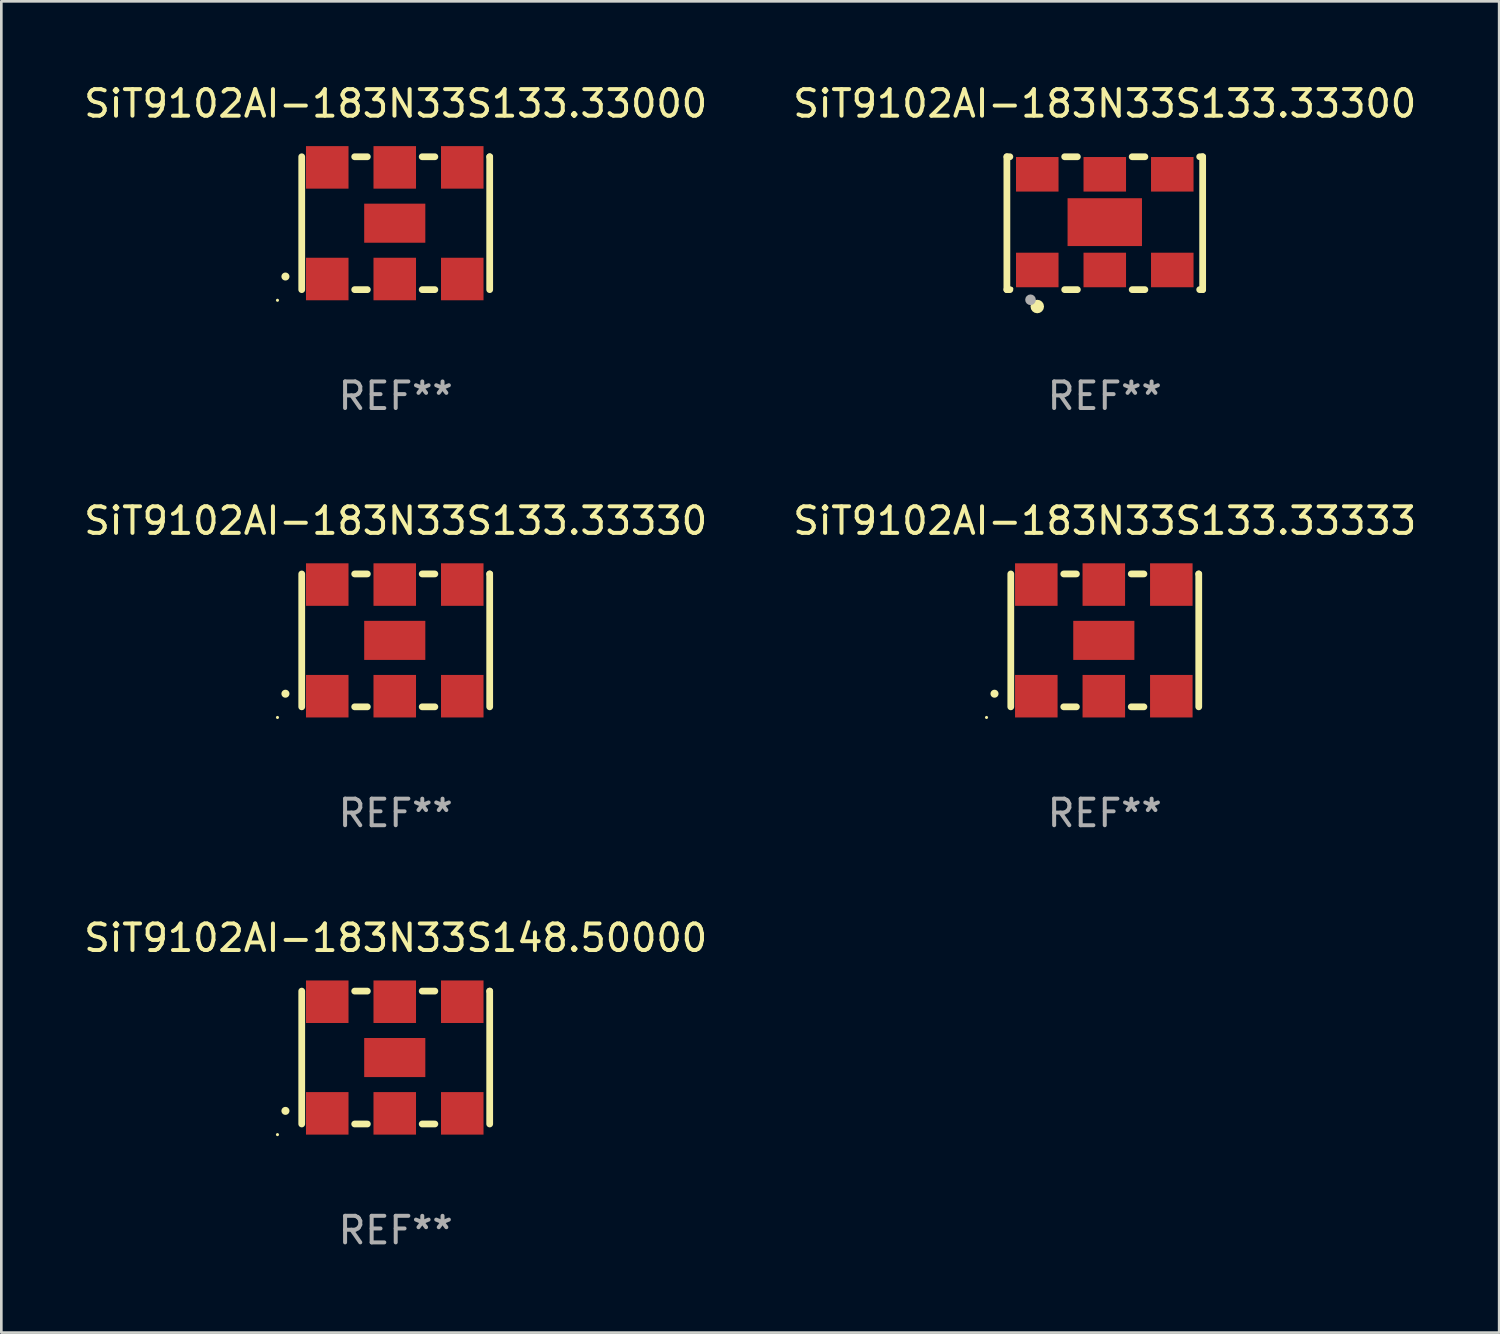
<source format=kicad_pcb>
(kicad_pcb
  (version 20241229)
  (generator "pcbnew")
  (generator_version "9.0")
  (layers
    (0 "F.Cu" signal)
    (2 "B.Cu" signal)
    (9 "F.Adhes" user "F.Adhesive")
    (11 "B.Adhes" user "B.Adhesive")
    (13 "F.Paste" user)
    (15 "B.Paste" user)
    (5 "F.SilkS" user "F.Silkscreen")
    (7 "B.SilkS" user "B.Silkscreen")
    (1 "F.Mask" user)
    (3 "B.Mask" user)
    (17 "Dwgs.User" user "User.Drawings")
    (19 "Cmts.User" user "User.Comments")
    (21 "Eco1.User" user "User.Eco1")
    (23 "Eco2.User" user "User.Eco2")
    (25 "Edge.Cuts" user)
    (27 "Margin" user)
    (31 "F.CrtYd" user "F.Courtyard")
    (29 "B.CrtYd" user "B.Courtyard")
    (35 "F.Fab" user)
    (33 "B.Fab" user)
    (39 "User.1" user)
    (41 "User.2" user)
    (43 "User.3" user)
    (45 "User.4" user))
  (footprint "SiT9102AI-183N33S148.50000"
    (layer "F.Cu")
    (at 11.839 36.741)
    (property "Reference" "SiT9102AI-183N33S148.50000" (at 0 -4.5 0) (layer "F.SilkS") (effects (font (size 1 1) (thickness 0.15))))
    (attr through_hole)
    (fp_line (start -3.536 -2.5) (end -3.536 2.5) (stroke (width 0.254) (type solid)) (layer "F.SilkS"))
    (fp_line (start -1.544 2.5) (end -1.067 2.5) (stroke (width 0.254) (type solid)) (layer "F.SilkS"))
    (fp_line (start -1.067 -2.5) (end -1.544 -2.5) (stroke (width 0.254) (type solid)) (layer "F.SilkS"))
    (fp_line (start 0.996 2.5) (end 1.473 2.5) (stroke (width 0.254) (type solid)) (layer "F.SilkS"))
    (fp_line (start 1.473 -2.5) (end 0.996 -2.5) (stroke (width 0.254) (type solid)) (layer "F.SilkS"))
    (fp_line (start 3.536 -2.5) (end 3.536 -2.5) (stroke (width 0.254) (type solid)) (layer "F.SilkS"))
    (fp_line (start 3.536 2.5) (end 3.536 -2.5) (stroke (width 0.254) (type solid)) (layer "F.SilkS"))
    (fp_arc (start -4.150432 2.006604) (mid -4.149162 2.006599) (end -4.147892 2.006604) (stroke (width 0.3) (type solid)) (layer "F.SilkS"))
    (fp_circle (center -4.449 2.9) (end -4.419 2.9) (stroke (width 0.06) (type solid)) (fill no) (layer "F.SilkS"))
    (fp_text user "REF**" (at 0 6.5 0) (layer "F.Fab") (effects (font (size 1 1) (thickness 0.15))))
    (pad "1" smd rect (at -2.576 2.1) (size 1.6 1.6) (layers "F.Cu" "F.Mask" "F.Paste"))
    (pad "2" smd rect (at -0.036 2.1) (size 1.6 1.6) (layers "F.Cu" "F.Mask" "F.Paste"))
    (pad "3" smd rect (at 2.504 2.1) (size 1.6 1.6) (layers "F.Cu" "F.Mask" "F.Paste"))
    (pad "4" smd rect (at 2.504 -2.1) (size 1.6 1.6) (layers "F.Cu" "F.Mask" "F.Paste"))
    (pad "5" smd rect (at -0.036 -2.1) (size 1.6 1.6) (layers "F.Cu" "F.Mask" "F.Paste"))
    (pad "6" smd rect (at -2.576 -2.1) (size 1.6 1.6) (layers "F.Cu" "F.Mask" "F.Paste"))
    (pad "7" smd rect (at -0.036 0) (size 2.3 1.47) (layers "F.Cu" "F.Mask" "F.Paste")))
  (footprint "SiT9102AI-183N33S133.33300"
    (layer "F.Cu")
    (at 38.518 5.348)
    (property "Reference" "SiT9102AI-183N33S133.33300" (at 0 -4.5 0) (layer "F.SilkS") (effects (font (size 1 1) (thickness 0.15))))
    (attr through_hole)
    (fp_line (start -3.683 -2.5) (end -3.571 -2.5) (stroke (width 0.254) (type solid)) (layer "F.SilkS"))
    (fp_line (start -3.683 2.5) (end -3.683 -2.5) (stroke (width 0.254) (type solid)) (layer "F.SilkS"))
    (fp_line (start -3.683 2.5) (end -3.571 2.5) (stroke (width 0.254) (type solid)) (layer "F.SilkS"))
    (fp_line (start -1.509 -2.5) (end -1.031 -2.5) (stroke (width 0.254) (type solid)) (layer "F.SilkS"))
    (fp_line (start -1.509 2.5) (end -1.031 2.5) (stroke (width 0.254) (type solid)) (layer "F.SilkS"))
    (fp_line (start 1.031 -2.5) (end 1.509 -2.5) (stroke (width 0.254) (type solid)) (layer "F.SilkS"))
    (fp_line (start 1.031 2.5) (end 1.509 2.5) (stroke (width 0.254) (type solid)) (layer "F.SilkS"))
    (fp_line (start 3.571 -2.5) (end 3.683 -2.5) (stroke (width 0.254) (type solid)) (layer "F.SilkS"))
    (fp_line (start 3.571 2.5) (end 3.683 2.5) (stroke (width 0.254) (type solid)) (layer "F.SilkS"))
    (fp_line (start 3.683 2.5) (end 3.683 -2.5) (stroke (width 0.254) (type solid)) (layer "F.SilkS"))
    (fp_circle (center -3.5 2.46) (end -3.47 2.46) (stroke (width 0.06) (type solid)) (fill no) (layer "F.SilkS"))
    (fp_circle (center -2.54 3.135) (end -2.413 3.135) (stroke (width 0.254) (type solid)) (fill no) (layer "F.SilkS"))
    (fp_circle (center -2.794 2.881) (end -2.694 2.881) (stroke (width 0.2) (type solid)) (fill no) (layer "F.Fab"))
    (fp_text user "REF**" (at 0 6.5 0) (layer "F.Fab") (effects (font (size 1 1) (thickness 0.15))))
    (pad "1" smd rect (at -2.54 1.76) (size 1.6 1.3) (layers "F.Cu" "F.Mask" "F.Paste"))
    (pad "2" smd rect (at 0 1.76) (size 1.6 1.3) (layers "F.Cu" "F.Mask" "F.Paste"))
    (pad "3" smd rect (at 2.54 1.76) (size 1.6 1.3) (layers "F.Cu" "F.Mask" "F.Paste"))
    (pad "4" smd rect (at 2.54 -1.84) (size 1.6 1.3) (layers "F.Cu" "F.Mask" "F.Paste"))
    (pad "5" smd rect (at 0 -1.84) (size 1.6 1.3) (layers "F.Cu" "F.Mask" "F.Paste"))
    (pad "6" smd rect (at -2.54 -1.84) (size 1.6 1.3) (layers "F.Cu" "F.Mask" "F.Paste"))
    (pad "7" smd rect (at 0 -0.04) (size 2.8 1.8) (layers "F.Cu" "F.Mask" "F.Paste")))
  (footprint "SiT9102AI-183N33S133.33330"
    (layer "F.Cu")
    (at 11.839 21.045)
    (property "Reference" "SiT9102AI-183N33S133.33330" (at 0 -4.5 0) (layer "F.SilkS") (effects (font (size 1 1) (thickness 0.15))))
    (attr through_hole)
    (fp_line (start -3.536 -2.5) (end -3.536 2.5) (stroke (width 0.254) (type solid)) (layer "F.SilkS"))
    (fp_line (start -1.544 2.5) (end -1.067 2.5) (stroke (width 0.254) (type solid)) (layer "F.SilkS"))
    (fp_line (start -1.067 -2.5) (end -1.544 -2.5) (stroke (width 0.254) (type solid)) (layer "F.SilkS"))
    (fp_line (start 0.996 2.5) (end 1.473 2.5) (stroke (width 0.254) (type solid)) (layer "F.SilkS"))
    (fp_line (start 1.473 -2.5) (end 0.996 -2.5) (stroke (width 0.254) (type solid)) (layer "F.SilkS"))
    (fp_line (start 3.536 -2.5) (end 3.536 -2.5) (stroke (width 0.254) (type solid)) (layer "F.SilkS"))
    (fp_line (start 3.536 2.5) (end 3.536 -2.5) (stroke (width 0.254) (type solid)) (layer "F.SilkS"))
    (fp_arc (start -4.150432 2.006604) (mid -4.149162 2.006599) (end -4.147892 2.006604) (stroke (width 0.3) (type solid)) (layer "F.SilkS"))
    (fp_circle (center -4.449 2.9) (end -4.419 2.9) (stroke (width 0.06) (type solid)) (fill no) (layer "F.SilkS"))
    (fp_text user "REF**" (at 0 6.5 0) (layer "F.Fab") (effects (font (size 1 1) (thickness 0.15))))
    (pad "1" smd rect (at -2.576 2.1) (size 1.6 1.6) (layers "F.Cu" "F.Mask" "F.Paste"))
    (pad "2" smd rect (at -0.036 2.1) (size 1.6 1.6) (layers "F.Cu" "F.Mask" "F.Paste"))
    (pad "3" smd rect (at 2.504 2.1) (size 1.6 1.6) (layers "F.Cu" "F.Mask" "F.Paste"))
    (pad "4" smd rect (at 2.504 -2.1) (size 1.6 1.6) (layers "F.Cu" "F.Mask" "F.Paste"))
    (pad "5" smd rect (at -0.036 -2.1) (size 1.6 1.6) (layers "F.Cu" "F.Mask" "F.Paste"))
    (pad "6" smd rect (at -2.576 -2.1) (size 1.6 1.6) (layers "F.Cu" "F.Mask" "F.Paste"))
    (pad "7" smd rect (at -0.036 0) (size 2.3 1.47) (layers "F.Cu" "F.Mask" "F.Paste")))
  (footprint "SiT9102AI-183N33S133.33333"
    (layer "F.Cu")
    (at 38.518 21.045)
    (property "Reference" "SiT9102AI-183N33S133.33333" (at 0 -4.5 0) (layer "F.SilkS") (effects (font (size 1 1) (thickness 0.15))))
    (attr through_hole)
    (fp_line (start -3.536 -2.5) (end -3.536 2.5) (stroke (width 0.254) (type solid)) (layer "F.SilkS"))
    (fp_line (start -1.544 2.5) (end -1.067 2.5) (stroke (width 0.254) (type solid)) (layer "F.SilkS"))
    (fp_line (start -1.067 -2.5) (end -1.544 -2.5) (stroke (width 0.254) (type solid)) (layer "F.SilkS"))
    (fp_line (start 0.996 2.5) (end 1.473 2.5) (stroke (width 0.254) (type solid)) (layer "F.SilkS"))
    (fp_line (start 1.473 -2.5) (end 0.996 -2.5) (stroke (width 0.254) (type solid)) (layer "F.SilkS"))
    (fp_line (start 3.536 -2.5) (end 3.536 -2.5) (stroke (width 0.254) (type solid)) (layer "F.SilkS"))
    (fp_line (start 3.536 2.5) (end 3.536 -2.5) (stroke (width 0.254) (type solid)) (layer "F.SilkS"))
    (fp_arc (start -4.150432 2.006604) (mid -4.149162 2.006599) (end -4.147892 2.006604) (stroke (width 0.3) (type solid)) (layer "F.SilkS"))
    (fp_circle (center -4.449 2.9) (end -4.419 2.9) (stroke (width 0.06) (type solid)) (fill no) (layer "F.SilkS"))
    (fp_text user "REF**" (at 0 6.5 0) (layer "F.Fab") (effects (font (size 1 1) (thickness 0.15))))
    (pad "1" smd rect (at -2.576 2.1) (size 1.6 1.6) (layers "F.Cu" "F.Mask" "F.Paste"))
    (pad "2" smd rect (at -0.036 2.1) (size 1.6 1.6) (layers "F.Cu" "F.Mask" "F.Paste"))
    (pad "3" smd rect (at 2.504 2.1) (size 1.6 1.6) (layers "F.Cu" "F.Mask" "F.Paste"))
    (pad "4" smd rect (at 2.504 -2.1) (size 1.6 1.6) (layers "F.Cu" "F.Mask" "F.Paste"))
    (pad "5" smd rect (at -0.036 -2.1) (size 1.6 1.6) (layers "F.Cu" "F.Mask" "F.Paste"))
    (pad "6" smd rect (at -2.576 -2.1) (size 1.6 1.6) (layers "F.Cu" "F.Mask" "F.Paste"))
    (pad "7" smd rect (at -0.036 0) (size 2.3 1.47) (layers "F.Cu" "F.Mask" "F.Paste")))
  (footprint "SiT9102AI-183N33S133.33000"
    (layer "F.Cu")
    (at 11.839 5.348)
    (property "Reference" "SiT9102AI-183N33S133.33000" (at 0 -4.5 0) (layer "F.SilkS") (effects (font (size 1 1) (thickness 0.15))))
    (attr through_hole)
    (fp_line (start -3.536 -2.5) (end -3.536 2.5) (stroke (width 0.254) (type solid)) (layer "F.SilkS"))
    (fp_line (start -1.544 2.5) (end -1.067 2.5) (stroke (width 0.254) (type solid)) (layer "F.SilkS"))
    (fp_line (start -1.067 -2.5) (end -1.544 -2.5) (stroke (width 0.254) (type solid)) (layer "F.SilkS"))
    (fp_line (start 0.996 2.5) (end 1.473 2.5) (stroke (width 0.254) (type solid)) (layer "F.SilkS"))
    (fp_line (start 1.473 -2.5) (end 0.996 -2.5) (stroke (width 0.254) (type solid)) (layer "F.SilkS"))
    (fp_line (start 3.536 -2.5) (end 3.536 -2.5) (stroke (width 0.254) (type solid)) (layer "F.SilkS"))
    (fp_line (start 3.536 2.5) (end 3.536 -2.5) (stroke (width 0.254) (type solid)) (layer "F.SilkS"))
    (fp_arc (start -4.150432 2.006604) (mid -4.149162 2.006599) (end -4.147892 2.006604) (stroke (width 0.3) (type solid)) (layer "F.SilkS"))
    (fp_circle (center -4.449 2.9) (end -4.419 2.9) (stroke (width 0.06) (type solid)) (fill no) (layer "F.SilkS"))
    (fp_text user "REF**" (at 0 6.5 0) (layer "F.Fab") (effects (font (size 1 1) (thickness 0.15))))
    (pad "1" smd rect (at -2.576 2.1) (size 1.6 1.6) (layers "F.Cu" "F.Mask" "F.Paste"))
    (pad "2" smd rect (at -0.036 2.1) (size 1.6 1.6) (layers "F.Cu" "F.Mask" "F.Paste"))
    (pad "3" smd rect (at 2.504 2.1) (size 1.6 1.6) (layers "F.Cu" "F.Mask" "F.Paste"))
    (pad "4" smd rect (at 2.504 -2.1) (size 1.6 1.6) (layers "F.Cu" "F.Mask" "F.Paste"))
    (pad "5" smd rect (at -0.036 -2.1) (size 1.6 1.6) (layers "F.Cu" "F.Mask" "F.Paste"))
    (pad "6" smd rect (at -2.576 -2.1) (size 1.6 1.6) (layers "F.Cu" "F.Mask" "F.Paste"))
    (pad "7" smd rect (at -0.036 0) (size 2.3 1.47) (layers "F.Cu" "F.Mask" "F.Paste")))
  (gr_rect
    (start -3 -3)
    (end 53.357 47.09)
    (stroke (width 0.1) (type default))
    (fill no)
    (layer "Edge.Cuts")))
</source>
